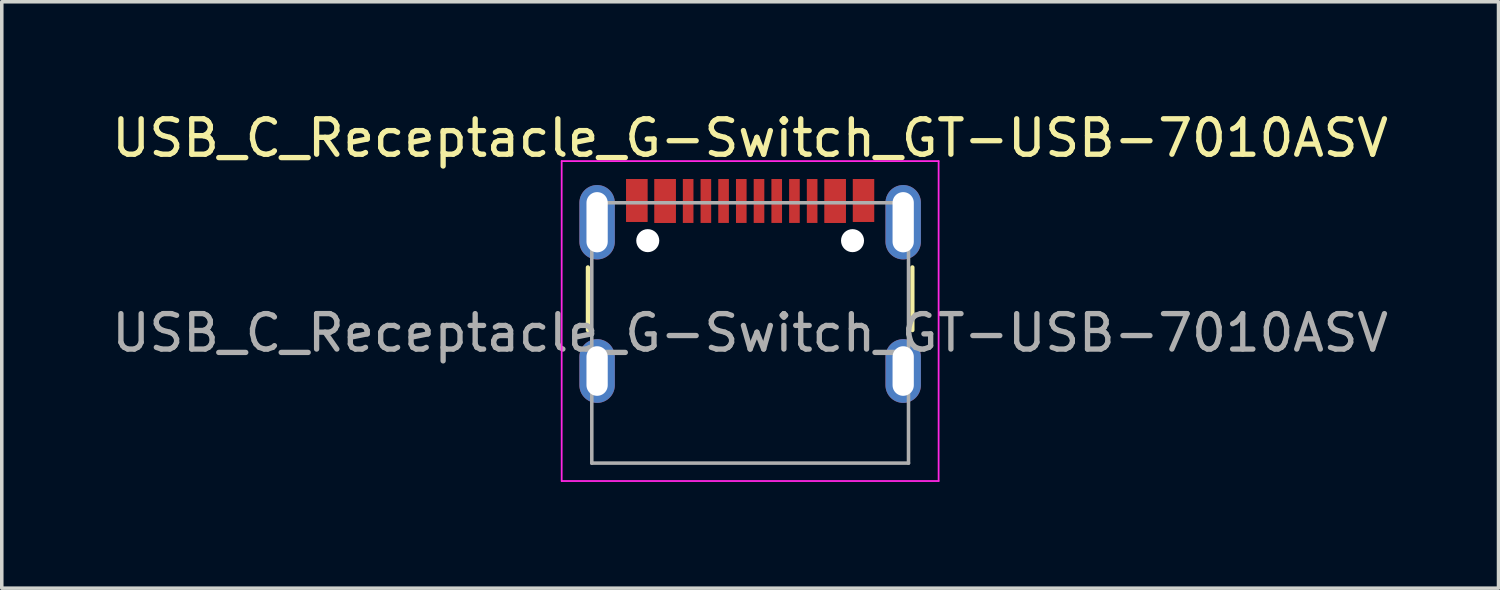
<source format=kicad_pcb>
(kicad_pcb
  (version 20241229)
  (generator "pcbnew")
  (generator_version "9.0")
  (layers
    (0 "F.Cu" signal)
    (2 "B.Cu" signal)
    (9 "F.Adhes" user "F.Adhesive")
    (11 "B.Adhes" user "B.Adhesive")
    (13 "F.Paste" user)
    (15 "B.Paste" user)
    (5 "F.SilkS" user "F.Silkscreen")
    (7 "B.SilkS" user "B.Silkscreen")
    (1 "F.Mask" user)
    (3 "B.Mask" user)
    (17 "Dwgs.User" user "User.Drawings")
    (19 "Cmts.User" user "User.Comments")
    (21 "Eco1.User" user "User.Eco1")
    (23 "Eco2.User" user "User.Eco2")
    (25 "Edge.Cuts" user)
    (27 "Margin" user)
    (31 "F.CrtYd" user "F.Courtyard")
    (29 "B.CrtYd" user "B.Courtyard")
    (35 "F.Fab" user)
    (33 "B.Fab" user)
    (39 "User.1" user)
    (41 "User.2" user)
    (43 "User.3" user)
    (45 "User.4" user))
  (footprint "USB_C_Receptacle_G-Switch_GT-USB-7010ASV"
    (layer "F.Cu")
    (at 18.125 6.348)
    (property "Reference" "USB_C_Receptacle_G-Switch_GT-USB-7010ASV" (at 0 -5.5 0) (layer "F.SilkS") (effects (font (size 1 1) (thickness 0.15))))
    (attr smd)
    (fp_line (start -4.58 -1.85) (end -4.58 -0.08) (stroke (width 0.12) (type solid)) (layer "F.SilkS"))
    (fp_line (start 4.58 -0.08) (end 4.58 -1.85) (stroke (width 0.12) (type solid)) (layer "F.SilkS"))
    (fp_line (start -5.32 -4.85) (end 5.32 -4.85) (stroke (width 0.05) (type solid)) (layer "F.CrtYd"))
    (fp_line (start -5.32 4.18) (end -5.32 -4.85) (stroke (width 0.05) (type solid)) (layer "F.CrtYd"))
    (fp_line (start 5.32 -4.85) (end 5.32 4.18) (stroke (width 0.05) (type solid)) (layer "F.CrtYd"))
    (fp_line (start 5.32 4.18) (end -5.32 4.18) (stroke (width 0.05) (type solid)) (layer "F.CrtYd"))
    (fp_line (start -4.47 -3.675) (end -4.47 3.675) (stroke (width 0.1) (type solid)) (layer "F.Fab"))
    (fp_line (start -4.47 -3.675) (end 4.47 -3.675) (stroke (width 0.1) (type solid)) (layer "F.Fab"))
    (fp_line (start -4.47 3.675) (end 4.47 3.675) (stroke (width 0.1) (type solid)) (layer "F.Fab"))
    (fp_line (start 4.47 3.675) (end 4.47 -3.675) (stroke (width 0.1) (type solid)) (layer "F.Fab"))
    (fp_text user "${REFERENCE}" (at 0 0 0) (layer "F.Fab") (effects (font (size 1 1) (thickness 0.15))))
    (pad "" np_thru_hole circle (at -2.89 -2.605) (size 0.65 0.65) (drill 0.65) (layers "*.Cu" "*.Mask"))
    (pad "" np_thru_hole circle (at 2.89 -2.605) (size 0.65 0.65) (drill 0.65) (layers "*.Cu" "*.Mask"))
    (pad "A1" smd rect (at -3.2 -3.74) (size 0.6 1.21) (layers "F.Cu" "F.Mask" "F.Paste"))
    (pad "A4" smd rect (at -2.4 -3.725) (size 0.6 1.24) (layers "F.Cu" "F.Mask" "F.Paste"))
    (pad "A5" smd rect (at -1.25 -3.725) (size 0.3 1.24) (layers "F.Cu" "F.Mask" "F.Paste"))
    (pad "A6" smd rect (at -0.25 -3.725) (size 0.3 1.24) (layers "F.Cu" "F.Mask" "F.Paste"))
    (pad "A7" smd rect (at 0.25 -3.725) (size 0.3 1.24) (layers "F.Cu" "F.Mask" "F.Paste"))
    (pad "A8" smd rect (at 1.25 -3.725) (size 0.3 1.24) (layers "F.Cu" "F.Mask" "F.Paste"))
    (pad "A9" smd rect (at 2.4 -3.725) (size 0.6 1.24) (layers "F.Cu" "F.Mask" "F.Paste"))
    (pad "A12" smd rect (at 3.2 -3.74) (size 0.6 1.21) (layers "F.Cu" "F.Mask" "F.Paste"))
    (pad "B1" smd rect (at 3.2 -3.74) (size 0.6 1.21) (layers "F.Cu" "F.Mask" "F.Paste"))
    (pad "B4" smd rect (at 2.4 -3.725) (size 0.6 1.24) (layers "F.Cu" "F.Mask" "F.Paste"))
    (pad "B5" smd rect (at 1.75 -3.725) (size 0.3 1.24) (layers "F.Cu" "F.Mask" "F.Paste"))
    (pad "B6" smd rect (at 0.75 -3.725) (size 0.3 1.24) (layers "F.Cu" "F.Mask" "F.Paste"))
    (pad "B7" smd rect (at -0.75 -3.725) (size 0.3 1.24) (layers "F.Cu" "F.Mask" "F.Paste"))
    (pad "B8" smd rect (at -1.75 -3.725) (size 0.3 1.24) (layers "F.Cu" "F.Mask" "F.Paste"))
    (pad "B9" smd rect (at -2.4 -3.725) (size 0.6 1.24) (layers "F.Cu" "F.Mask" "F.Paste"))
    (pad "B12" smd rect (at -3.2 -3.74) (size 0.6 1.21) (layers "F.Cu" "F.Mask" "F.Paste"))
    (pad "S1" thru_hole oval (at -4.32 -3.125) (size 1 2.1) (drill oval 0.6 1.7) (layers "*.Cu" "*.Mask"))
    (pad "S1" thru_hole oval (at -4.32 1.075) (size 1 1.8) (drill oval 0.6 1.4) (layers "*.Cu" "*.Mask"))
    (pad "S1" thru_hole oval (at 4.32 -3.125) (size 1 2.1) (drill oval 0.6 1.7) (layers "*.Cu" "*.Mask"))
    (pad "S1" thru_hole oval (at 4.32 1.075) (size 1 1.8) (drill oval 0.6 1.4) (layers "*.Cu" "*.Mask")))
  (gr_rect
    (start -3 -3)
    (end 39.25 13.553)
    (stroke (width 0.1) (type default))
    (fill no)
    (layer "Edge.Cuts")))
</source>
